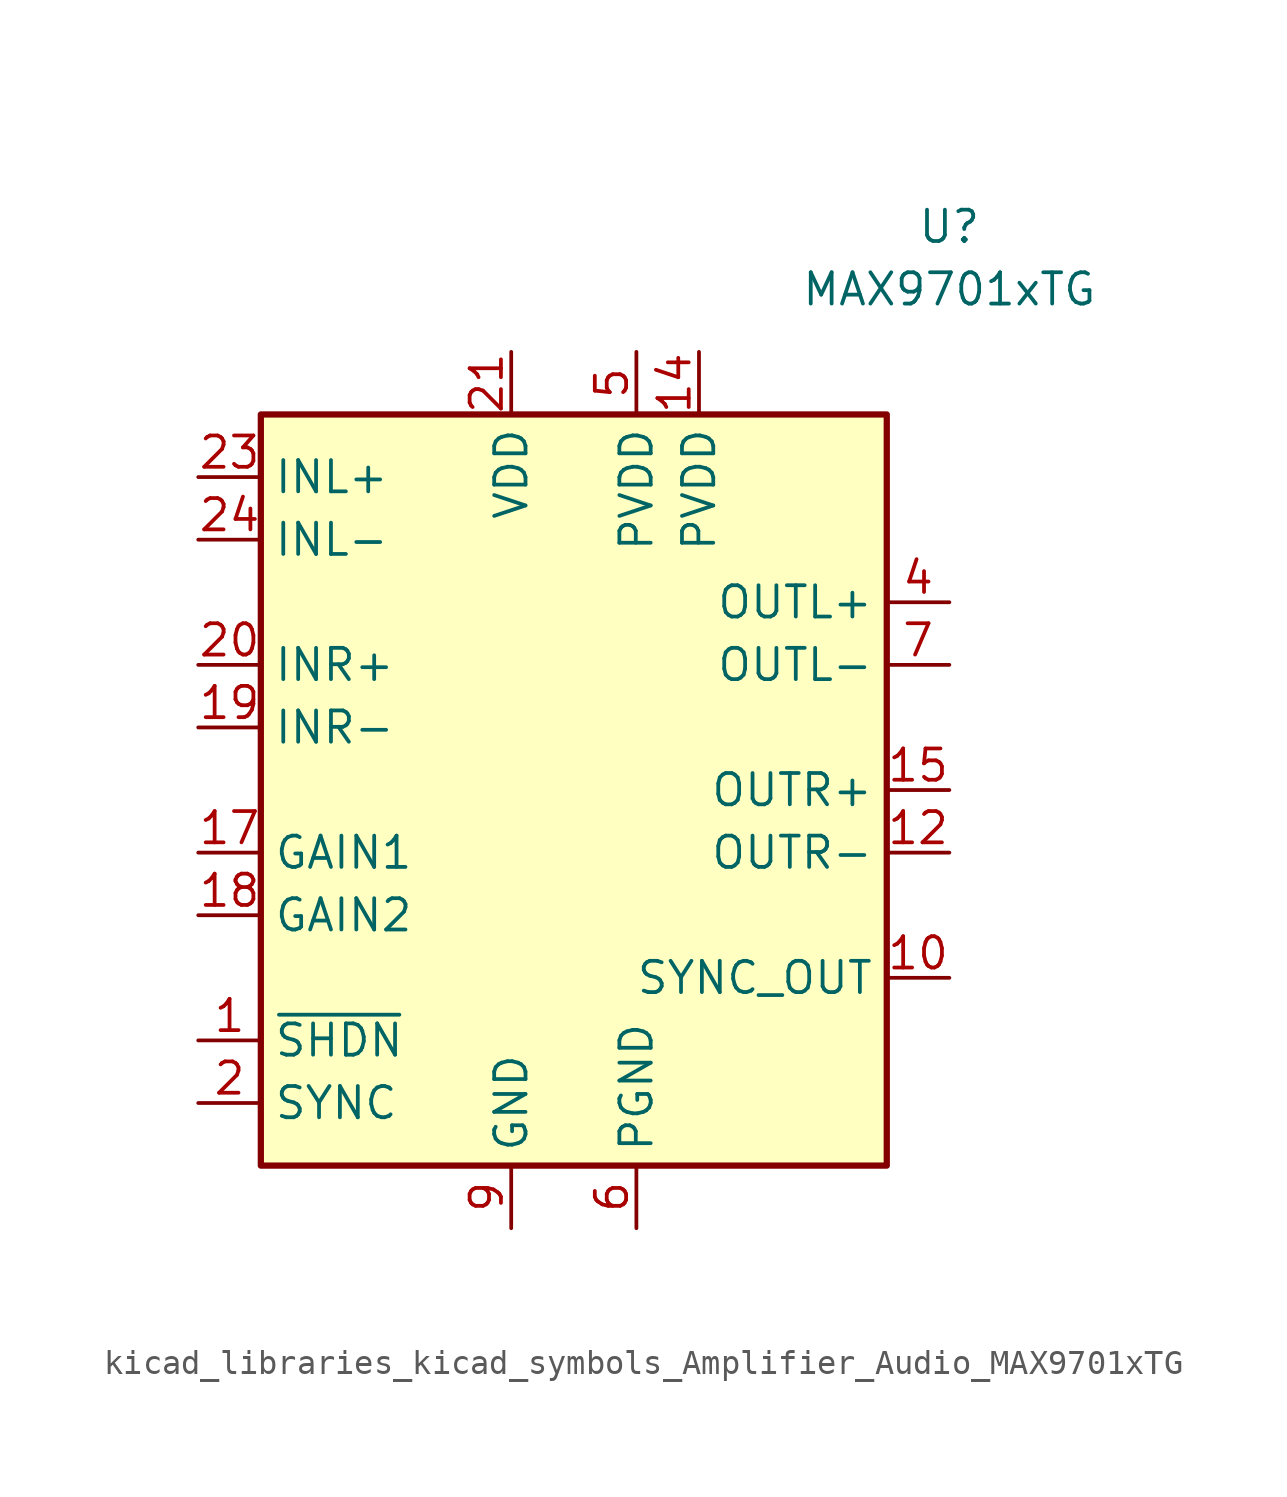
<source format=kicad_sym>
(kicad_symbol_lib
  (version 20220914)
  (generator kicad_symbol_editor)
  (symbol "kicad_libraries_kicad_symbols_Amplifier_Audio_MAX9701xTG"
    (property "Reference" "U"
      (at 15.24 22.86 0)
      (effects (font (size 1.27 1.27))))
    (property "Value" "MAX9701xTG"
      (at 15.24 20.32 0)
      (effects (font (size 1.27 1.27))))
    (symbol "kicad_libraries_kicad_symbols_Amplifier_Audio_MAX9701xTG_0_1"
      (rectangle (start -12.7 15.24) (end 12.7 -15.24) (stroke (width 0.254) (type default)) (fill (type background))))
    (symbol "kicad_libraries_kicad_symbols_Amplifier_Audio_MAX9701xTG_1_1"
      (pin input line (at -15.24 -10.16 0) (length 2.54) (name "~{SHDN}" (effects (font (size 1.27 1.27)))) (number "1" (effects (font (size 1.27 1.27)))))
      (pin output line (at 15.24 -7.62 180) (length 2.54) (name "SYNC_OUT" (effects (font (size 1.27 1.27)))) (number "10" (effects (font (size 1.27 1.27)))))
      (pin no_connect line (at 12.7 -5.08 180) (length 2.54) hide (name "NC" (effects (font (size 1.27 1.27)))) (number "11" (effects (font (size 1.27 1.27)))))
      (pin power_out line (at 15.24 -2.54 180) (length 2.54) (name "OUTR-" (effects (font (size 1.27 1.27)))) (number "12" (effects (font (size 1.27 1.27)))))
      (pin passive line (at 2.54 -17.78 90) (length 2.54) hide (name "PGND" (effects (font (size 1.27 1.27)))) (number "13" (effects (font (size 1.27 1.27)))))
      (pin power_in line (at 5.08 17.78 270) (length 2.54) (name "PVDD" (effects (font (size 1.27 1.27)))) (number "14" (effects (font (size 1.27 1.27)))))
      (pin power_out line (at 15.24 0 180) (length 2.54) (name "OUTR+" (effects (font (size 1.27 1.27)))) (number "15" (effects (font (size 1.27 1.27)))))
      (pin no_connect line (at 12.7 -10.16 180) (length 2.54) hide (name "NC" (effects (font (size 1.27 1.27)))) (number "16" (effects (font (size 1.27 1.27)))))
      (pin input line (at -15.24 -2.54 0) (length 2.54) (name "GAIN1" (effects (font (size 1.27 1.27)))) (number "17" (effects (font (size 1.27 1.27)))))
      (pin input line (at -15.24 -5.08 0) (length 2.54) (name "GAIN2" (effects (font (size 1.27 1.27)))) (number "18" (effects (font (size 1.27 1.27)))))
      (pin input line (at -15.24 2.54 0) (length 2.54) (name "INR-" (effects (font (size 1.27 1.27)))) (number "19" (effects (font (size 1.27 1.27)))))
      (pin input line (at -15.24 -12.7 0) (length 2.54) (name "SYNC" (effects (font (size 1.27 1.27)))) (number "2" (effects (font (size 1.27 1.27)))))
      (pin input line (at -15.24 5.08 0) (length 2.54) (name "INR+" (effects (font (size 1.27 1.27)))) (number "20" (effects (font (size 1.27 1.27)))))
      (pin power_in line (at -2.54 17.78 270) (length 2.54) (name "VDD" (effects (font (size 1.27 1.27)))) (number "21" (effects (font (size 1.27 1.27)))))
      (pin passive line (at -2.54 -17.78 90) (length 2.54) hide (name "GND" (effects (font (size 1.27 1.27)))) (number "22" (effects (font (size 1.27 1.27)))))
      (pin input line (at -15.24 12.7 0) (length 2.54) (name "INL+" (effects (font (size 1.27 1.27)))) (number "23" (effects (font (size 1.27 1.27)))))
      (pin input line (at -15.24 10.16 0) (length 2.54) (name "INL-" (effects (font (size 1.27 1.27)))) (number "24" (effects (font (size 1.27 1.27)))))
      (pin passive line (at -2.54 -17.78 90) (length 2.54) hide (name "GND" (effects (font (size 1.27 1.27)))) (number "25" (effects (font (size 1.27 1.27)))))
      (pin no_connect line (at 12.7 10.16 180) (length 2.54) hide (name "NC" (effects (font (size 1.27 1.27)))) (number "3" (effects (font (size 1.27 1.27)))))
      (pin power_out line (at 15.24 7.62 180) (length 2.54) (name "OUTL+" (effects (font (size 1.27 1.27)))) (number "4" (effects (font (size 1.27 1.27)))))
      (pin power_in line (at 2.54 17.78 270) (length 2.54) (name "PVDD" (effects (font (size 1.27 1.27)))) (number "5" (effects (font (size 1.27 1.27)))))
      (pin power_in line (at 2.54 -17.78 90) (length 2.54) (name "PGND" (effects (font (size 1.27 1.27)))) (number "6" (effects (font (size 1.27 1.27)))))
      (pin power_out line (at 15.24 5.08 180) (length 2.54) (name "OUTL-" (effects (font (size 1.27 1.27)))) (number "7" (effects (font (size 1.27 1.27)))))
      (pin no_connect line (at 12.7 2.54 180) (length 2.54) hide (name "NC" (effects (font (size 1.27 1.27)))) (number "8" (effects (font (size 1.27 1.27)))))
      (pin power_in line (at -2.54 -17.78 90) (length 2.54) (name "GND" (effects (font (size 1.27 1.27)))) (number "9" (effects (font (size 1.27 1.27))))))))
</source>
